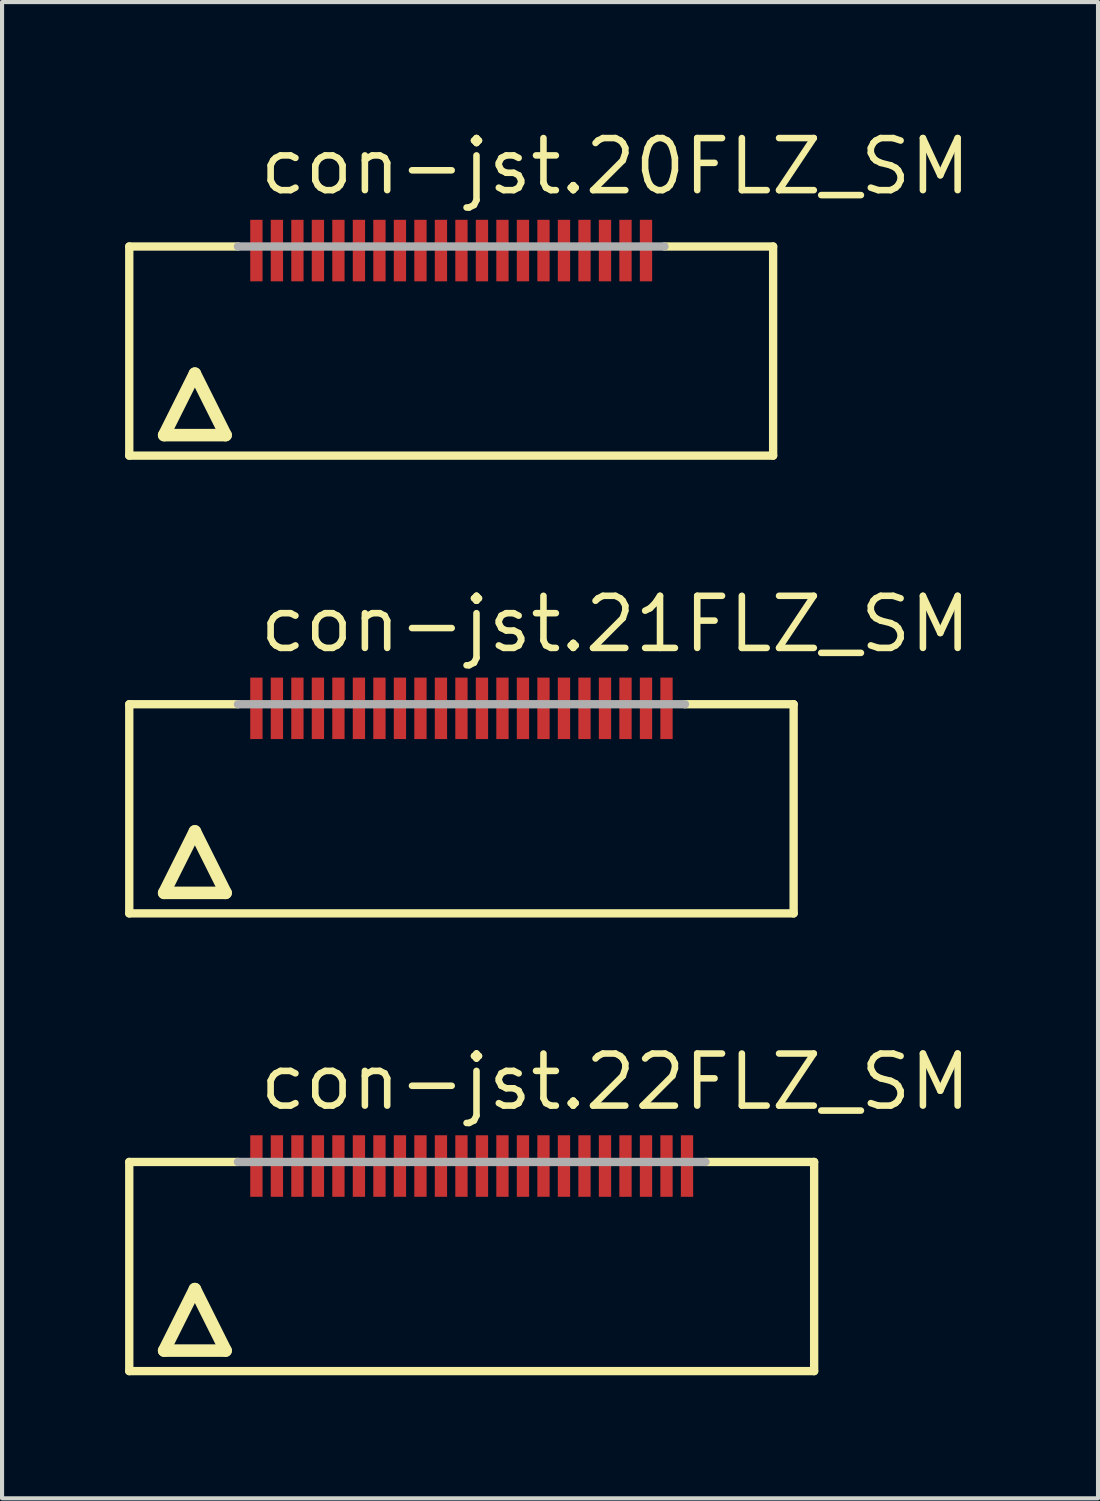
<source format=kicad_pcb>
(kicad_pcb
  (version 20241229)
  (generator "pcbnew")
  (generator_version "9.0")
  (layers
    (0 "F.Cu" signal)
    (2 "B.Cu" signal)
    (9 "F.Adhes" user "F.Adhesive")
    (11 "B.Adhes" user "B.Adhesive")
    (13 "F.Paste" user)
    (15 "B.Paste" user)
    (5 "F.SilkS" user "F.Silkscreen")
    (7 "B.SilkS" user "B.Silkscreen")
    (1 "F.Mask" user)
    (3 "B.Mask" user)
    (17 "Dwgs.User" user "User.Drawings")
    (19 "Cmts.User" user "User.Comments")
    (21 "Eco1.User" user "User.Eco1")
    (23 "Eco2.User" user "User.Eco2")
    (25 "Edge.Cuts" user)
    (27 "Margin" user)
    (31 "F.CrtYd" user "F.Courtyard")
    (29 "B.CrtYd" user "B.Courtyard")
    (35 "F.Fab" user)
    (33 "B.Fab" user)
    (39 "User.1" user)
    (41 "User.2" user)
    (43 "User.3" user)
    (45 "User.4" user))
  (footprint "con-jst.22FLZ_SM"
    (layer "F.Cu")
    (at 8.452 27.883)
    (property "Reference" "con-jst.22FLZ_SM" (at -5.25 -3.81 0) (layer "F.SilkS") (effects (font (size 1.27 1.27) (thickness 0.16)) (justify left bottom)))
    (attr smd)
    (fp_line (start -8.35 -2.6) (end -5.7 -2.6) (stroke (width 0.203) (type default)) (layer "F.SilkS"))
    (fp_line (start -8.35 2.5) (end -8.35 -2.6) (stroke (width 0.203) (type default)) (layer "F.SilkS"))
    (fp_line (start -7.5 2) (end -6 2) (stroke (width 0.305) (type default)) (layer "F.SilkS"))
    (fp_line (start -6.75 0.5) (end -7.5 2) (stroke (width 0.305) (type default)) (layer "F.SilkS"))
    (fp_line (start -6 2) (end -6.75 0.5) (stroke (width 0.305) (type default)) (layer "F.SilkS"))
    (fp_line (start 5.7 -2.6) (end 8.35 -2.6) (stroke (width 0.203) (type default)) (layer "F.SilkS"))
    (fp_line (start 8.35 -2.6) (end 8.35 2.5) (stroke (width 0.203) (type default)) (layer "F.SilkS"))
    (fp_line (start 8.35 2.5) (end -8.35 2.5) (stroke (width 0.203) (type default)) (layer "F.SilkS"))
    (fp_line (start -5.7 -2.6) (end 5.7 -2.6) (stroke (width 0.203) (type default)) (layer "F.Fab"))
    (pad "1" smd roundrect (at -5.25 -2.5) (size 0.3 1.5) (layers "F.Cu" "F.Mask" "F.Paste") (roundrect_rratio 0.01))
    (pad "2" smd roundrect (at -4.75 -2.5) (size 0.3 1.5) (layers "F.Cu" "F.Mask" "F.Paste") (roundrect_rratio 0.01))
    (pad "3" smd roundrect (at -4.25 -2.5) (size 0.3 1.5) (layers "F.Cu" "F.Mask" "F.Paste") (roundrect_rratio 0.01))
    (pad "4" smd roundrect (at -3.75 -2.5) (size 0.3 1.5) (layers "F.Cu" "F.Mask" "F.Paste") (roundrect_rratio 0.01))
    (pad "5" smd roundrect (at -3.25 -2.5) (size 0.3 1.5) (layers "F.Cu" "F.Mask" "F.Paste") (roundrect_rratio 0.01))
    (pad "6" smd roundrect (at -2.75 -2.5) (size 0.3 1.5) (layers "F.Cu" "F.Mask" "F.Paste") (roundrect_rratio 0.01))
    (pad "7" smd roundrect (at -2.25 -2.5) (size 0.3 1.5) (layers "F.Cu" "F.Mask" "F.Paste") (roundrect_rratio 0.01))
    (pad "8" smd roundrect (at -1.75 -2.5) (size 0.3 1.5) (layers "F.Cu" "F.Mask" "F.Paste") (roundrect_rratio 0.01))
    (pad "9" smd roundrect (at -1.25 -2.5) (size 0.3 1.5) (layers "F.Cu" "F.Mask" "F.Paste") (roundrect_rratio 0.01))
    (pad "10" smd roundrect (at -0.75 -2.5) (size 0.3 1.5) (layers "F.Cu" "F.Mask" "F.Paste") (roundrect_rratio 0.01))
    (pad "11" smd roundrect (at -0.25 -2.5) (size 0.3 1.5) (layers "F.Cu" "F.Mask" "F.Paste") (roundrect_rratio 0.01))
    (pad "12" smd roundrect (at 0.25 -2.5) (size 0.3 1.5) (layers "F.Cu" "F.Mask" "F.Paste") (roundrect_rratio 0.01))
    (pad "13" smd roundrect (at 0.75 -2.5) (size 0.3 1.5) (layers "F.Cu" "F.Mask" "F.Paste") (roundrect_rratio 0.01))
    (pad "14" smd roundrect (at 1.25 -2.5) (size 0.3 1.5) (layers "F.Cu" "F.Mask" "F.Paste") (roundrect_rratio 0.01))
    (pad "15" smd roundrect (at 1.75 -2.5) (size 0.3 1.5) (layers "F.Cu" "F.Mask" "F.Paste") (roundrect_rratio 0.01))
    (pad "16" smd roundrect (at 2.25 -2.5) (size 0.3 1.5) (layers "F.Cu" "F.Mask" "F.Paste") (roundrect_rratio 0.01))
    (pad "17" smd roundrect (at 2.75 -2.5) (size 0.3 1.5) (layers "F.Cu" "F.Mask" "F.Paste") (roundrect_rratio 0.01))
    (pad "18" smd roundrect (at 3.25 -2.5) (size 0.3 1.5) (layers "F.Cu" "F.Mask" "F.Paste") (roundrect_rratio 0.01))
    (pad "19" smd roundrect (at 3.75 -2.5) (size 0.3 1.5) (layers "F.Cu" "F.Mask" "F.Paste") (roundrect_rratio 0.01))
    (pad "20" smd roundrect (at 4.25 -2.5) (size 0.3 1.5) (layers "F.Cu" "F.Mask" "F.Paste") (roundrect_rratio 0.01))
    (pad "21" smd roundrect (at 4.75 -2.5) (size 0.3 1.5) (layers "F.Cu" "F.Mask" "F.Paste") (roundrect_rratio 0.01))
    (pad "22" smd roundrect (at 5.25 -2.5) (size 0.3 1.5) (layers "F.Cu" "F.Mask" "F.Paste") (roundrect_rratio 0.01)))
  (footprint "con-jst.20FLZ_SM"
    (layer "F.Cu")
    (at 7.952 5.56)
    (property "Reference" "con-jst.20FLZ_SM" (at -4.75 -3.81 0) (layer "F.SilkS") (effects (font (size 1.27 1.27) (thickness 0.16)) (justify left bottom)))
    (attr smd)
    (fp_line (start -7.85 -2.6) (end -5.2 -2.6) (stroke (width 0.203) (type default)) (layer "F.SilkS"))
    (fp_line (start -7.85 2.5) (end -7.85 -2.6) (stroke (width 0.203) (type default)) (layer "F.SilkS"))
    (fp_line (start -7 2) (end -5.5 2) (stroke (width 0.305) (type default)) (layer "F.SilkS"))
    (fp_line (start -6.25 0.5) (end -7 2) (stroke (width 0.305) (type default)) (layer "F.SilkS"))
    (fp_line (start -5.5 2) (end -6.25 0.5) (stroke (width 0.305) (type default)) (layer "F.SilkS"))
    (fp_line (start 5.2 -2.6) (end 7.85 -2.6) (stroke (width 0.203) (type default)) (layer "F.SilkS"))
    (fp_line (start 7.85 -2.6) (end 7.85 2.5) (stroke (width 0.203) (type default)) (layer "F.SilkS"))
    (fp_line (start 7.85 2.5) (end -7.85 2.5) (stroke (width 0.203) (type default)) (layer "F.SilkS"))
    (fp_line (start -5.2 -2.6) (end 5.2 -2.6) (stroke (width 0.203) (type default)) (layer "F.Fab"))
    (pad "1" smd roundrect (at -4.75 -2.5) (size 0.3 1.5) (layers "F.Cu" "F.Mask" "F.Paste") (roundrect_rratio 0.01))
    (pad "2" smd roundrect (at -4.25 -2.5) (size 0.3 1.5) (layers "F.Cu" "F.Mask" "F.Paste") (roundrect_rratio 0.01))
    (pad "3" smd roundrect (at -3.75 -2.5) (size 0.3 1.5) (layers "F.Cu" "F.Mask" "F.Paste") (roundrect_rratio 0.01))
    (pad "4" smd roundrect (at -3.25 -2.5) (size 0.3 1.5) (layers "F.Cu" "F.Mask" "F.Paste") (roundrect_rratio 0.01))
    (pad "5" smd roundrect (at -2.75 -2.5) (size 0.3 1.5) (layers "F.Cu" "F.Mask" "F.Paste") (roundrect_rratio 0.01))
    (pad "6" smd roundrect (at -2.25 -2.5) (size 0.3 1.5) (layers "F.Cu" "F.Mask" "F.Paste") (roundrect_rratio 0.01))
    (pad "7" smd roundrect (at -1.75 -2.5) (size 0.3 1.5) (layers "F.Cu" "F.Mask" "F.Paste") (roundrect_rratio 0.01))
    (pad "8" smd roundrect (at -1.25 -2.5) (size 0.3 1.5) (layers "F.Cu" "F.Mask" "F.Paste") (roundrect_rratio 0.01))
    (pad "9" smd roundrect (at -0.75 -2.5) (size 0.3 1.5) (layers "F.Cu" "F.Mask" "F.Paste") (roundrect_rratio 0.01))
    (pad "10" smd roundrect (at -0.25 -2.5) (size 0.3 1.5) (layers "F.Cu" "F.Mask" "F.Paste") (roundrect_rratio 0.01))
    (pad "11" smd roundrect (at 0.25 -2.5) (size 0.3 1.5) (layers "F.Cu" "F.Mask" "F.Paste") (roundrect_rratio 0.01))
    (pad "12" smd roundrect (at 0.75 -2.5) (size 0.3 1.5) (layers "F.Cu" "F.Mask" "F.Paste") (roundrect_rratio 0.01))
    (pad "13" smd roundrect (at 1.25 -2.5) (size 0.3 1.5) (layers "F.Cu" "F.Mask" "F.Paste") (roundrect_rratio 0.01))
    (pad "14" smd roundrect (at 1.75 -2.5) (size 0.3 1.5) (layers "F.Cu" "F.Mask" "F.Paste") (roundrect_rratio 0.01))
    (pad "15" smd roundrect (at 2.25 -2.5) (size 0.3 1.5) (layers "F.Cu" "F.Mask" "F.Paste") (roundrect_rratio 0.01))
    (pad "16" smd roundrect (at 2.75 -2.5) (size 0.3 1.5) (layers "F.Cu" "F.Mask" "F.Paste") (roundrect_rratio 0.01))
    (pad "17" smd roundrect (at 3.25 -2.5) (size 0.3 1.5) (layers "F.Cu" "F.Mask" "F.Paste") (roundrect_rratio 0.01))
    (pad "18" smd roundrect (at 3.75 -2.5) (size 0.3 1.5) (layers "F.Cu" "F.Mask" "F.Paste") (roundrect_rratio 0.01))
    (pad "19" smd roundrect (at 4.25 -2.5) (size 0.3 1.5) (layers "F.Cu" "F.Mask" "F.Paste") (roundrect_rratio 0.01))
    (pad "20" smd roundrect (at 4.75 -2.5) (size 0.3 1.5) (layers "F.Cu" "F.Mask" "F.Paste") (roundrect_rratio 0.01)))
  (footprint "con-jst.21FLZ_SM"
    (layer "F.Cu")
    (at 8.202 16.722)
    (property "Reference" "con-jst.21FLZ_SM" (at -5 -3.81 0) (layer "F.SilkS") (effects (font (size 1.27 1.27) (thickness 0.16)) (justify left bottom)))
    (attr smd)
    (fp_line (start -8.1 -2.6) (end -5.45 -2.6) (stroke (width 0.203) (type default)) (layer "F.SilkS"))
    (fp_line (start -8.1 2.5) (end -8.1 -2.6) (stroke (width 0.203) (type default)) (layer "F.SilkS"))
    (fp_line (start -7.25 2) (end -5.75 2) (stroke (width 0.305) (type default)) (layer "F.SilkS"))
    (fp_line (start -6.5 0.5) (end -7.25 2) (stroke (width 0.305) (type default)) (layer "F.SilkS"))
    (fp_line (start -5.75 2) (end -6.5 0.5) (stroke (width 0.305) (type default)) (layer "F.SilkS"))
    (fp_line (start 5.45 -2.6) (end 8.1 -2.6) (stroke (width 0.203) (type default)) (layer "F.SilkS"))
    (fp_line (start 8.1 -2.6) (end 8.1 2.5) (stroke (width 0.203) (type default)) (layer "F.SilkS"))
    (fp_line (start 8.1 2.5) (end -8.1 2.5) (stroke (width 0.203) (type default)) (layer "F.SilkS"))
    (fp_line (start -5.45 -2.6) (end 5.45 -2.6) (stroke (width 0.203) (type default)) (layer "F.Fab"))
    (pad "1" smd roundrect (at -5 -2.5) (size 0.3 1.5) (layers "F.Cu" "F.Mask" "F.Paste") (roundrect_rratio 0.01))
    (pad "2" smd roundrect (at -4.5 -2.5) (size 0.3 1.5) (layers "F.Cu" "F.Mask" "F.Paste") (roundrect_rratio 0.01))
    (pad "3" smd roundrect (at -4 -2.5) (size 0.3 1.5) (layers "F.Cu" "F.Mask" "F.Paste") (roundrect_rratio 0.01))
    (pad "4" smd roundrect (at -3.5 -2.5) (size 0.3 1.5) (layers "F.Cu" "F.Mask" "F.Paste") (roundrect_rratio 0.01))
    (pad "5" smd roundrect (at -3 -2.5) (size 0.3 1.5) (layers "F.Cu" "F.Mask" "F.Paste") (roundrect_rratio 0.01))
    (pad "6" smd roundrect (at -2.5 -2.5) (size 0.3 1.5) (layers "F.Cu" "F.Mask" "F.Paste") (roundrect_rratio 0.01))
    (pad "7" smd roundrect (at -2 -2.5) (size 0.3 1.5) (layers "F.Cu" "F.Mask" "F.Paste") (roundrect_rratio 0.01))
    (pad "8" smd roundrect (at -1.5 -2.5) (size 0.3 1.5) (layers "F.Cu" "F.Mask" "F.Paste") (roundrect_rratio 0.01))
    (pad "9" smd roundrect (at -1 -2.5) (size 0.3 1.5) (layers "F.Cu" "F.Mask" "F.Paste") (roundrect_rratio 0.01))
    (pad "10" smd roundrect (at -0.5 -2.5) (size 0.3 1.5) (layers "F.Cu" "F.Mask" "F.Paste") (roundrect_rratio 0.01))
    (pad "11" smd roundrect (at 0 -2.5) (size 0.3 1.5) (layers "F.Cu" "F.Mask" "F.Paste") (roundrect_rratio 0.01))
    (pad "12" smd roundrect (at 0.5 -2.5) (size 0.3 1.5) (layers "F.Cu" "F.Mask" "F.Paste") (roundrect_rratio 0.01))
    (pad "13" smd roundrect (at 1 -2.5) (size 0.3 1.5) (layers "F.Cu" "F.Mask" "F.Paste") (roundrect_rratio 0.01))
    (pad "14" smd roundrect (at 1.5 -2.5) (size 0.3 1.5) (layers "F.Cu" "F.Mask" "F.Paste") (roundrect_rratio 0.01))
    (pad "15" smd roundrect (at 2 -2.5) (size 0.3 1.5) (layers "F.Cu" "F.Mask" "F.Paste") (roundrect_rratio 0.01))
    (pad "16" smd roundrect (at 2.5 -2.5) (size 0.3 1.5) (layers "F.Cu" "F.Mask" "F.Paste") (roundrect_rratio 0.01))
    (pad "17" smd roundrect (at 3 -2.5) (size 0.3 1.5) (layers "F.Cu" "F.Mask" "F.Paste") (roundrect_rratio 0.01))
    (pad "18" smd roundrect (at 3.5 -2.5) (size 0.3 1.5) (layers "F.Cu" "F.Mask" "F.Paste") (roundrect_rratio 0.01))
    (pad "19" smd roundrect (at 4 -2.5) (size 0.3 1.5) (layers "F.Cu" "F.Mask" "F.Paste") (roundrect_rratio 0.01))
    (pad "20" smd roundrect (at 4.5 -2.5) (size 0.3 1.5) (layers "F.Cu" "F.Mask" "F.Paste") (roundrect_rratio 0.01))
    (pad "21" smd roundrect (at 5 -2.5) (size 0.3 1.5) (layers "F.Cu" "F.Mask" "F.Paste") (roundrect_rratio 0.01)))
  (gr_rect
    (start -3 -3)
    (end 23.724 33.485)
    (stroke (width 0.1) (type default))
    (fill no)
    (layer "Edge.Cuts")))
</source>
